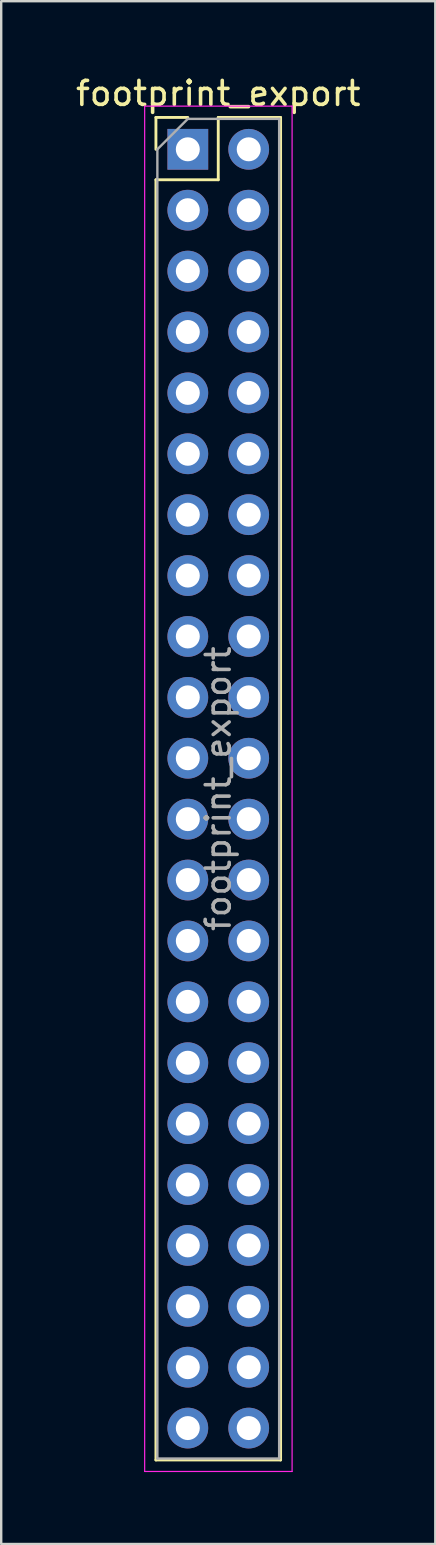
<source format=kicad_pcb>
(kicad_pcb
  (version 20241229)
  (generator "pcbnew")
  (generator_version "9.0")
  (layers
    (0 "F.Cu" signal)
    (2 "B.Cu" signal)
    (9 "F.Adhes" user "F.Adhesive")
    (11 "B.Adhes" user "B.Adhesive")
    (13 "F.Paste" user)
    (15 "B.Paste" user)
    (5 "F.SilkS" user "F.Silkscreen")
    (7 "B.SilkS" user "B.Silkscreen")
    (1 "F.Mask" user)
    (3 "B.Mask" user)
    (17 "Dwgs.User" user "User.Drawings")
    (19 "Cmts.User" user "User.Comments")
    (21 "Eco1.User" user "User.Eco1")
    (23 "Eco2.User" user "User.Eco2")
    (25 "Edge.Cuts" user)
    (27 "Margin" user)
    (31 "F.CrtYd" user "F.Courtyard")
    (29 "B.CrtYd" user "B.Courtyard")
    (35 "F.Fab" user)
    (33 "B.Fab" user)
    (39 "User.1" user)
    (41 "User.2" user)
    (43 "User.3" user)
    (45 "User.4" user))
  (footprint "footprint_export"
    (layer "F.Cu")
    (at 4.784 3.178)
    (property "Reference" "footprint_export" (at 1.27 -2.33 0) (layer "F.SilkS") (effects (font (size 1 1) (thickness 0.15))))
    (attr through_hole)
    (fp_line (start -1.33 -1.33) (end 0 -1.33) (stroke (width 0.12) (type solid)) (layer "F.SilkS"))
    (fp_line (start -1.33 0) (end -1.33 -1.33) (stroke (width 0.12) (type solid)) (layer "F.SilkS"))
    (fp_line (start -1.33 1.27) (end -1.33 54.67) (stroke (width 0.12) (type solid)) (layer "F.SilkS"))
    (fp_line (start -1.33 1.27) (end 1.27 1.27) (stroke (width 0.12) (type solid)) (layer "F.SilkS"))
    (fp_line (start -1.33 54.67) (end 3.87 54.67) (stroke (width 0.12) (type solid)) (layer "F.SilkS"))
    (fp_line (start 1.27 -1.33) (end 3.87 -1.33) (stroke (width 0.12) (type solid)) (layer "F.SilkS"))
    (fp_line (start 1.27 1.27) (end 1.27 -1.33) (stroke (width 0.12) (type solid)) (layer "F.SilkS"))
    (fp_line (start 3.87 -1.33) (end 3.87 54.67) (stroke (width 0.12) (type solid)) (layer "F.SilkS"))
    (fp_line (start -1.8 -1.8) (end -1.8 55.15) (stroke (width 0.05) (type solid)) (layer "F.CrtYd"))
    (fp_line (start -1.8 55.15) (end 4.35 55.15) (stroke (width 0.05) (type solid)) (layer "F.CrtYd"))
    (fp_line (start 4.35 -1.8) (end -1.8 -1.8) (stroke (width 0.05) (type solid)) (layer "F.CrtYd"))
    (fp_line (start 4.35 55.15) (end 4.35 -1.8) (stroke (width 0.05) (type solid)) (layer "F.CrtYd"))
    (fp_line (start -1.27 0) (end 0 -1.27) (stroke (width 0.1) (type solid)) (layer "F.Fab"))
    (fp_line (start -1.27 54.61) (end -1.27 0) (stroke (width 0.1) (type solid)) (layer "F.Fab"))
    (fp_line (start 0 -1.27) (end 3.81 -1.27) (stroke (width 0.1) (type solid)) (layer "F.Fab"))
    (fp_line (start 3.81 -1.27) (end 3.81 54.61) (stroke (width 0.1) (type solid)) (layer "F.Fab"))
    (fp_line (start 3.81 54.61) (end -1.27 54.61) (stroke (width 0.1) (type solid)) (layer "F.Fab"))
    (fp_text user "${REFERENCE}" (at 1.27 26.67 90) (layer "F.Fab") (effects (font (size 1 1) (thickness 0.15))))
    (pad "1" thru_hole rect (at 0 0) (size 1.7 1.7) (drill 1) (layers "*.Cu" "*.Mask"))
    (pad "2" thru_hole oval (at 2.54 0) (size 1.7 1.7) (drill 1) (layers "*.Cu" "*.Mask"))
    (pad "3" thru_hole oval (at 0 2.54) (size 1.7 1.7) (drill 1) (layers "*.Cu" "*.Mask"))
    (pad "4" thru_hole oval (at 2.54 2.54) (size 1.7 1.7) (drill 1) (layers "*.Cu" "*.Mask"))
    (pad "5" thru_hole oval (at 0 5.08) (size 1.7 1.7) (drill 1) (layers "*.Cu" "*.Mask"))
    (pad "6" thru_hole oval (at 2.54 5.08) (size 1.7 1.7) (drill 1) (layers "*.Cu" "*.Mask"))
    (pad "7" thru_hole oval (at 0 7.62) (size 1.7 1.7) (drill 1) (layers "*.Cu" "*.Mask"))
    (pad "8" thru_hole oval (at 2.54 7.62) (size 1.7 1.7) (drill 1) (layers "*.Cu" "*.Mask"))
    (pad "9" thru_hole oval (at 0 10.16) (size 1.7 1.7) (drill 1) (layers "*.Cu" "*.Mask"))
    (pad "10" thru_hole oval (at 2.54 10.16) (size 1.7 1.7) (drill 1) (layers "*.Cu" "*.Mask"))
    (pad "11" thru_hole oval (at 0 12.7) (size 1.7 1.7) (drill 1) (layers "*.Cu" "*.Mask"))
    (pad "12" thru_hole oval (at 2.54 12.7) (size 1.7 1.7) (drill 1) (layers "*.Cu" "*.Mask"))
    (pad "13" thru_hole oval (at 0 15.24) (size 1.7 1.7) (drill 1) (layers "*.Cu" "*.Mask"))
    (pad "14" thru_hole oval (at 2.54 15.24) (size 1.7 1.7) (drill 1) (layers "*.Cu" "*.Mask"))
    (pad "15" thru_hole oval (at 0 17.78) (size 1.7 1.7) (drill 1) (layers "*.Cu" "*.Mask"))
    (pad "16" thru_hole oval (at 2.54 17.78) (size 1.7 1.7) (drill 1) (layers "*.Cu" "*.Mask"))
    (pad "17" thru_hole oval (at 0 20.32) (size 1.7 1.7) (drill 1) (layers "*.Cu" "*.Mask"))
    (pad "18" thru_hole oval (at 2.54 20.32) (size 1.7 1.7) (drill 1) (layers "*.Cu" "*.Mask"))
    (pad "19" thru_hole oval (at 0 22.86) (size 1.7 1.7) (drill 1) (layers "*.Cu" "*.Mask"))
    (pad "20" thru_hole oval (at 2.54 22.86) (size 1.7 1.7) (drill 1) (layers "*.Cu" "*.Mask"))
    (pad "21" thru_hole oval (at 0 25.4) (size 1.7 1.7) (drill 1) (layers "*.Cu" "*.Mask"))
    (pad "22" thru_hole oval (at 2.54 25.4) (size 1.7 1.7) (drill 1) (layers "*.Cu" "*.Mask"))
    (pad "23" thru_hole oval (at 0 27.94) (size 1.7 1.7) (drill 1) (layers "*.Cu" "*.Mask"))
    (pad "24" thru_hole oval (at 2.54 27.94) (size 1.7 1.7) (drill 1) (layers "*.Cu" "*.Mask"))
    (pad "25" thru_hole oval (at 0 30.48) (size 1.7 1.7) (drill 1) (layers "*.Cu" "*.Mask"))
    (pad "26" thru_hole oval (at 2.54 30.48) (size 1.7 1.7) (drill 1) (layers "*.Cu" "*.Mask"))
    (pad "27" thru_hole oval (at 0 33.02) (size 1.7 1.7) (drill 1) (layers "*.Cu" "*.Mask"))
    (pad "28" thru_hole oval (at 2.54 33.02) (size 1.7 1.7) (drill 1) (layers "*.Cu" "*.Mask"))
    (pad "29" thru_hole oval (at 0 35.56) (size 1.7 1.7) (drill 1) (layers "*.Cu" "*.Mask"))
    (pad "30" thru_hole oval (at 2.54 35.56) (size 1.7 1.7) (drill 1) (layers "*.Cu" "*.Mask"))
    (pad "31" thru_hole oval (at 0 38.1) (size 1.7 1.7) (drill 1) (layers "*.Cu" "*.Mask"))
    (pad "32" thru_hole oval (at 2.54 38.1) (size 1.7 1.7) (drill 1) (layers "*.Cu" "*.Mask"))
    (pad "33" thru_hole oval (at 0 40.64) (size 1.7 1.7) (drill 1) (layers "*.Cu" "*.Mask"))
    (pad "34" thru_hole oval (at 2.54 40.64) (size 1.7 1.7) (drill 1) (layers "*.Cu" "*.Mask"))
    (pad "35" thru_hole oval (at 0 43.18) (size 1.7 1.7) (drill 1) (layers "*.Cu" "*.Mask"))
    (pad "36" thru_hole oval (at 2.54 43.18) (size 1.7 1.7) (drill 1) (layers "*.Cu" "*.Mask"))
    (pad "37" thru_hole oval (at 0 45.72) (size 1.7 1.7) (drill 1) (layers "*.Cu" "*.Mask"))
    (pad "38" thru_hole oval (at 2.54 45.72) (size 1.7 1.7) (drill 1) (layers "*.Cu" "*.Mask"))
    (pad "39" thru_hole oval (at 0 48.26) (size 1.7 1.7) (drill 1) (layers "*.Cu" "*.Mask"))
    (pad "40" thru_hole oval (at 2.54 48.26) (size 1.7 1.7) (drill 1) (layers "*.Cu" "*.Mask"))
    (pad "41" thru_hole oval (at 0 50.8) (size 1.7 1.7) (drill 1) (layers "*.Cu" "*.Mask"))
    (pad "42" thru_hole oval (at 2.54 50.8) (size 1.7 1.7) (drill 1) (layers "*.Cu" "*.Mask"))
    (pad "43" thru_hole oval (at 0 53.34) (size 1.7 1.7) (drill 1) (layers "*.Cu" "*.Mask"))
    (pad "44" thru_hole oval (at 2.54 53.34) (size 1.7 1.7) (drill 1) (layers "*.Cu" "*.Mask")))
  (gr_rect
    (start -3 -3)
    (end 15.107 61.353)
    (stroke (width 0.1) (type default))
    (fill no)
    (layer "Edge.Cuts")))
</source>
